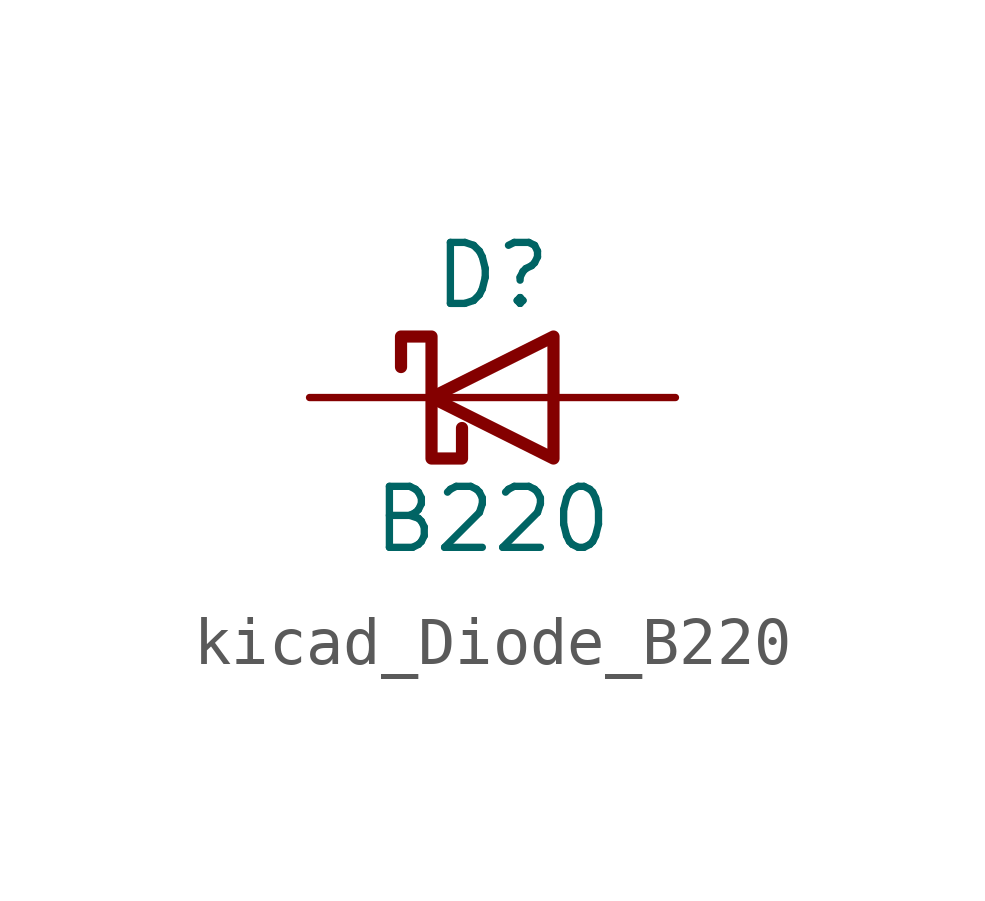
<source format=kicad_sym>
(kicad_symbol_lib
  (version 20220914)
  (generator kicad_symbol_editor)
  (symbol "kicad_Diode_B220"
    (pin_numbers hide)
    (pin_names
      (offset 1.016) hide)
    (property "Reference" "D"
      (at 0 2.54 0)
      (effects (font (size 1.27 1.27))))
    (property "Value" "B220"
      (at 0 -2.54 0)
      (effects (font (size 1.27 1.27))))
    (symbol "kicad_Diode_B220_0_1"
      (polyline (pts (xy 1.27 0) (xy -1.27 0)) (stroke (width 0) (type default)) (fill (type none)))
      (polyline (pts (xy 1.27 1.27) (xy 1.27 -1.27) (xy -1.27 0) (xy 1.27 1.27)) (stroke (width 0.254) (type default)) (fill (type none)))
      (polyline (pts (xy -1.905 0.635) (xy -1.905 1.27) (xy -1.27 1.27) (xy -1.27 -1.27) (xy -0.635 -1.27) (xy -0.635 -0.635)) (stroke (width 0.254) (type default)) (fill (type none))))
    (symbol "kicad_Diode_B220_1_1"
      (pin passive line (at -3.81 0 0) (length 2.54) (name "K" (effects (font (size 1.27 1.27)))) (number "1" (effects (font (size 1.27 1.27)))))
      (pin passive line (at 3.81 0 180) (length 2.54) (name "A" (effects (font (size 1.27 1.27)))) (number "2" (effects (font (size 1.27 1.27))))))))
</source>
